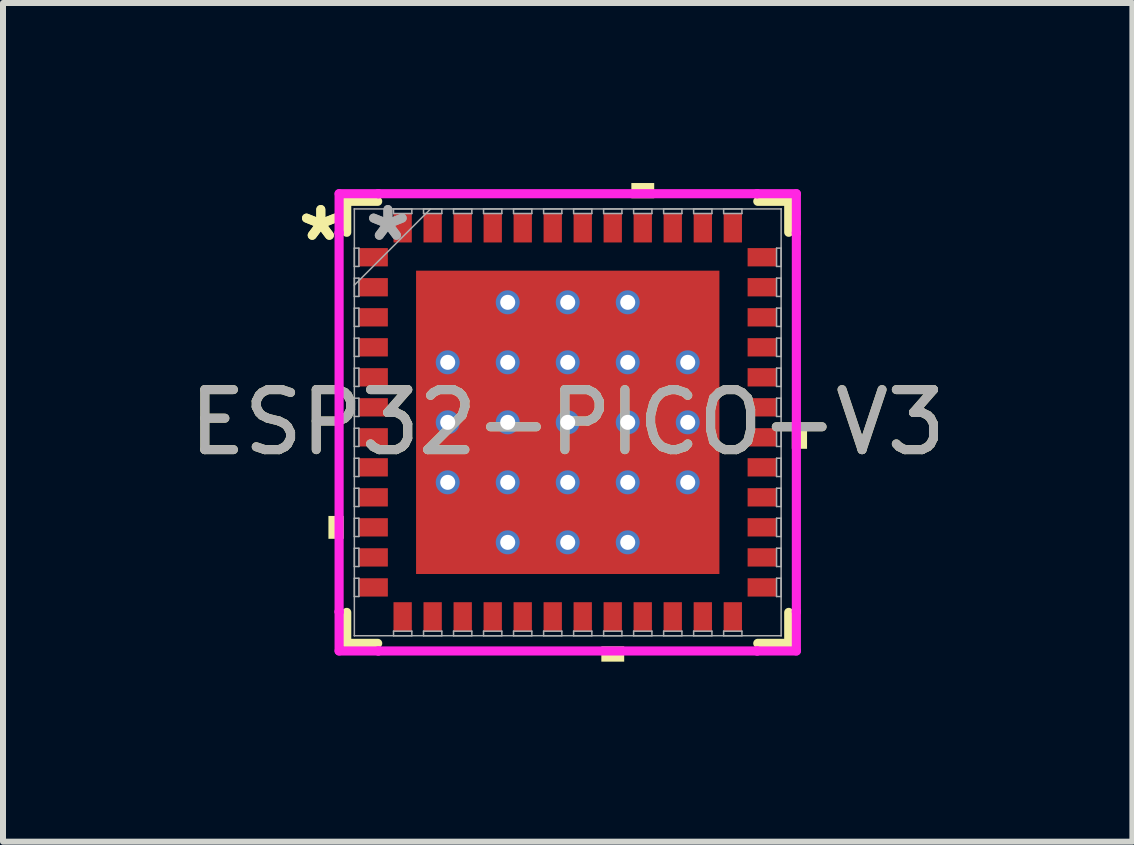
<source format=kicad_pcb>
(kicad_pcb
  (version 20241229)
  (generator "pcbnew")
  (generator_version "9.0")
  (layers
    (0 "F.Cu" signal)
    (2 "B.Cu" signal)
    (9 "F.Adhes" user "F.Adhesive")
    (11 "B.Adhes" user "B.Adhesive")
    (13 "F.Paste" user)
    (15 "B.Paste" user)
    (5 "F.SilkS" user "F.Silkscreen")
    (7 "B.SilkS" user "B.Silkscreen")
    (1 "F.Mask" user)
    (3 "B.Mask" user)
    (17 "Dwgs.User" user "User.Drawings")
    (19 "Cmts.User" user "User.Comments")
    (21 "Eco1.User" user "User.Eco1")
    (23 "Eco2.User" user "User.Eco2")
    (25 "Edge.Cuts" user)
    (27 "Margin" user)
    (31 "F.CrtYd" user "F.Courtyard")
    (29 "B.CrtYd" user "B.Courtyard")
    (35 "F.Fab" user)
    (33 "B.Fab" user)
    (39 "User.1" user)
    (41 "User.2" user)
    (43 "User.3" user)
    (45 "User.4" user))
  (footprint "ESP32-PICO-V3"
    (layer "F.Cu")
    (at 6.411 3.988)
    (property "Reference" "ESP32-PICO-V3" (at 0 0 0) (unlocked yes) (layer "F.SilkS") (effects (font (size 1 1) (thickness 0.15))))
    (attr smd)
    (fp_line (start -3.683 -3.683) (end -3.683 -3.167) (stroke (width 0.152) (type solid)) (layer "F.SilkS"))
    (fp_line (start -3.683 3.167) (end -3.683 3.683) (stroke (width 0.152) (type solid)) (layer "F.SilkS"))
    (fp_line (start -3.683 3.683) (end -3.167 3.683) (stroke (width 0.152) (type solid)) (layer "F.SilkS"))
    (fp_line (start -3.167 -3.683) (end -3.683 -3.683) (stroke (width 0.152) (type solid)) (layer "F.SilkS"))
    (fp_line (start 3.167 3.683) (end 3.683 3.683) (stroke (width 0.152) (type solid)) (layer "F.SilkS"))
    (fp_line (start 3.683 -3.683) (end 3.167 -3.683) (stroke (width 0.152) (type solid)) (layer "F.SilkS"))
    (fp_line (start 3.683 -3.167) (end 3.683 -3.683) (stroke (width 0.152) (type solid)) (layer "F.SilkS"))
    (fp_line (start 3.683 3.683) (end 3.683 3.167) (stroke (width 0.152) (type solid)) (layer "F.SilkS"))
    (fp_poly (pts (xy -3.988 1.56) (xy -3.988 1.941) (xy -3.734 1.941) (xy -3.734 1.56)) (stroke (width 0) (type solid)) (fill yes) (layer "F.SilkS"))
    (fp_poly (pts (xy 0.56 3.734) (xy 0.56 3.988) (xy 0.941 3.988) (xy 0.941 3.734)) (stroke (width 0) (type solid)) (fill yes) (layer "F.SilkS"))
    (fp_poly (pts (xy 1.06 -3.734) (xy 1.06 -3.988) (xy 1.441 -3.988) (xy 1.441 -3.734)) (stroke (width 0) (type solid)) (fill yes) (layer "F.SilkS"))
    (fp_poly (pts (xy 3.988 0.06) (xy 3.988 0.441) (xy 3.734 0.441) (xy 3.734 0.06)) (stroke (width 0) (type solid)) (fill yes) (layer "F.SilkS"))
    (fp_poly (pts (xy -2.427 -2.427) (xy -2.427 -0.942) (xy -0.942 -0.942) (xy -0.942 -2.427)) (stroke (width 0) (type solid)) (fill yes) (layer "F.Paste"))
    (fp_poly (pts (xy -2.427 -0.742) (xy -2.427 0.742) (xy -0.942 0.742) (xy -0.942 -0.742)) (stroke (width 0) (type solid)) (fill yes) (layer "F.Paste"))
    (fp_poly (pts (xy -2.427 0.942) (xy -2.427 2.427) (xy -0.942 2.427) (xy -0.942 0.942)) (stroke (width 0) (type solid)) (fill yes) (layer "F.Paste"))
    (fp_poly (pts (xy -0.742 -2.427) (xy -0.742 -0.942) (xy 0.742 -0.942) (xy 0.742 -2.427)) (stroke (width 0) (type solid)) (fill yes) (layer "F.Paste"))
    (fp_poly (pts (xy -0.742 -0.742) (xy -0.742 0.742) (xy 0.742 0.742) (xy 0.742 -0.742)) (stroke (width 0) (type solid)) (fill yes) (layer "F.Paste"))
    (fp_poly (pts (xy -0.742 0.942) (xy -0.742 2.427) (xy 0.742 2.427) (xy 0.742 0.942)) (stroke (width 0) (type solid)) (fill yes) (layer "F.Paste"))
    (fp_poly (pts (xy 0.942 -2.427) (xy 0.942 -0.942) (xy 2.427 -0.942) (xy 2.427 -2.427)) (stroke (width 0) (type solid)) (fill yes) (layer "F.Paste"))
    (fp_poly (pts (xy 0.942 -0.742) (xy 0.942 0.742) (xy 2.427 0.742) (xy 2.427 -0.742)) (stroke (width 0) (type solid)) (fill yes) (layer "F.Paste"))
    (fp_poly (pts (xy 0.942 0.942) (xy 0.942 2.427) (xy 2.427 2.427) (xy 2.427 0.942)) (stroke (width 0) (type solid)) (fill yes) (layer "F.Paste"))
    (fp_line (start -3.81 -3.81) (end -3.157 -3.81) (stroke (width 0.152) (type solid)) (layer "F.CrtYd"))
    (fp_line (start -3.81 -3.157) (end -3.81 -3.81) (stroke (width 0.152) (type solid)) (layer "F.CrtYd"))
    (fp_line (start -3.81 -3.157) (end -3.81 -3.157) (stroke (width 0.152) (type solid)) (layer "F.CrtYd"))
    (fp_line (start -3.81 3.157) (end -3.81 -3.157) (stroke (width 0.152) (type solid)) (layer "F.CrtYd"))
    (fp_line (start -3.81 3.157) (end -3.81 3.157) (stroke (width 0.152) (type solid)) (layer "F.CrtYd"))
    (fp_line (start -3.81 3.81) (end -3.81 3.157) (stroke (width 0.152) (type solid)) (layer "F.CrtYd"))
    (fp_line (start -3.157 -3.81) (end -3.157 -3.81) (stroke (width 0.152) (type solid)) (layer "F.CrtYd"))
    (fp_line (start -3.157 -3.81) (end 3.157 -3.81) (stroke (width 0.152) (type solid)) (layer "F.CrtYd"))
    (fp_line (start -3.157 3.81) (end -3.81 3.81) (stroke (width 0.152) (type solid)) (layer "F.CrtYd"))
    (fp_line (start -3.157 3.81) (end -3.157 3.81) (stroke (width 0.152) (type solid)) (layer "F.CrtYd"))
    (fp_line (start 3.157 -3.81) (end 3.157 -3.81) (stroke (width 0.152) (type solid)) (layer "F.CrtYd"))
    (fp_line (start 3.157 -3.81) (end 3.81 -3.81) (stroke (width 0.152) (type solid)) (layer "F.CrtYd"))
    (fp_line (start 3.157 3.81) (end -3.157 3.81) (stroke (width 0.152) (type solid)) (layer "F.CrtYd"))
    (fp_line (start 3.157 3.81) (end 3.157 3.81) (stroke (width 0.152) (type solid)) (layer "F.CrtYd"))
    (fp_line (start 3.81 -3.81) (end 3.81 -3.157) (stroke (width 0.152) (type solid)) (layer "F.CrtYd"))
    (fp_line (start 3.81 -3.157) (end 3.81 -3.157) (stroke (width 0.152) (type solid)) (layer "F.CrtYd"))
    (fp_line (start 3.81 -3.157) (end 3.81 3.157) (stroke (width 0.152) (type solid)) (layer "F.CrtYd"))
    (fp_line (start 3.81 3.157) (end 3.81 3.157) (stroke (width 0.152) (type solid)) (layer "F.CrtYd"))
    (fp_line (start 3.81 3.157) (end 3.81 3.81) (stroke (width 0.152) (type solid)) (layer "F.CrtYd"))
    (fp_line (start 3.81 3.81) (end 3.157 3.81) (stroke (width 0.152) (type solid)) (layer "F.CrtYd"))
    (fp_line (start -3.556 -3.556) (end -3.556 -3.556) (stroke (width 0.025) (type solid)) (layer "F.Fab"))
    (fp_line (start -3.556 -3.556) (end -3.556 3.556) (stroke (width 0.025) (type solid)) (layer "F.Fab"))
    (fp_line (start -3.556 -2.903) (end -3.48 -2.903) (stroke (width 0.025) (type solid)) (layer "F.Fab"))
    (fp_line (start -3.556 -2.598) (end -3.556 -2.903) (stroke (width 0.025) (type solid)) (layer "F.Fab"))
    (fp_line (start -3.556 -2.403) (end -3.48 -2.403) (stroke (width 0.025) (type solid)) (layer "F.Fab"))
    (fp_line (start -3.556 -2.286) (end -2.286 -3.556) (stroke (width 0.025) (type solid)) (layer "F.Fab"))
    (fp_line (start -3.556 -2.098) (end -3.556 -2.403) (stroke (width 0.025) (type solid)) (layer "F.Fab"))
    (fp_line (start -3.556 -1.903) (end -3.48 -1.903) (stroke (width 0.025) (type solid)) (layer "F.Fab"))
    (fp_line (start -3.556 -1.598) (end -3.556 -1.903) (stroke (width 0.025) (type solid)) (layer "F.Fab"))
    (fp_line (start -3.556 -1.403) (end -3.48 -1.403) (stroke (width 0.025) (type solid)) (layer "F.Fab"))
    (fp_line (start -3.556 -1.098) (end -3.556 -1.403) (stroke (width 0.025) (type solid)) (layer "F.Fab"))
    (fp_line (start -3.556 -0.903) (end -3.48 -0.903) (stroke (width 0.025) (type solid)) (layer "F.Fab"))
    (fp_line (start -3.556 -0.598) (end -3.556 -0.903) (stroke (width 0.025) (type solid)) (layer "F.Fab"))
    (fp_line (start -3.556 -0.402) (end -3.48 -0.402) (stroke (width 0.025) (type solid)) (layer "F.Fab"))
    (fp_line (start -3.556 -0.098) (end -3.556 -0.402) (stroke (width 0.025) (type solid)) (layer "F.Fab"))
    (fp_line (start -3.556 0.098) (end -3.48 0.098) (stroke (width 0.025) (type solid)) (layer "F.Fab"))
    (fp_line (start -3.556 0.402) (end -3.556 0.098) (stroke (width 0.025) (type solid)) (layer "F.Fab"))
    (fp_line (start -3.556 0.598) (end -3.48 0.598) (stroke (width 0.025) (type solid)) (layer "F.Fab"))
    (fp_line (start -3.556 0.903) (end -3.556 0.598) (stroke (width 0.025) (type solid)) (layer "F.Fab"))
    (fp_line (start -3.556 1.098) (end -3.48 1.098) (stroke (width 0.025) (type solid)) (layer "F.Fab"))
    (fp_line (start -3.556 1.403) (end -3.556 1.098) (stroke (width 0.025) (type solid)) (layer "F.Fab"))
    (fp_line (start -3.556 1.598) (end -3.48 1.598) (stroke (width 0.025) (type solid)) (layer "F.Fab"))
    (fp_line (start -3.556 1.903) (end -3.556 1.598) (stroke (width 0.025) (type solid)) (layer "F.Fab"))
    (fp_line (start -3.556 2.098) (end -3.48 2.098) (stroke (width 0.025) (type solid)) (layer "F.Fab"))
    (fp_line (start -3.556 2.403) (end -3.556 2.098) (stroke (width 0.025) (type solid)) (layer "F.Fab"))
    (fp_line (start -3.556 2.598) (end -3.48 2.598) (stroke (width 0.025) (type solid)) (layer "F.Fab"))
    (fp_line (start -3.556 2.903) (end -3.556 2.598) (stroke (width 0.025) (type solid)) (layer "F.Fab"))
    (fp_line (start -3.556 3.556) (end -3.556 3.556) (stroke (width 0.025) (type solid)) (layer "F.Fab"))
    (fp_line (start -3.556 3.556) (end 3.556 3.556) (stroke (width 0.025) (type solid)) (layer "F.Fab"))
    (fp_line (start -3.48 -2.903) (end -3.48 -2.598) (stroke (width 0.025) (type solid)) (layer "F.Fab"))
    (fp_line (start -3.48 -2.598) (end -3.556 -2.598) (stroke (width 0.025) (type solid)) (layer "F.Fab"))
    (fp_line (start -3.48 -2.403) (end -3.48 -2.098) (stroke (width 0.025) (type solid)) (layer "F.Fab"))
    (fp_line (start -3.48 -2.098) (end -3.556 -2.098) (stroke (width 0.025) (type solid)) (layer "F.Fab"))
    (fp_line (start -3.48 -1.903) (end -3.48 -1.598) (stroke (width 0.025) (type solid)) (layer "F.Fab"))
    (fp_line (start -3.48 -1.598) (end -3.556 -1.598) (stroke (width 0.025) (type solid)) (layer "F.Fab"))
    (fp_line (start -3.48 -1.403) (end -3.48 -1.098) (stroke (width 0.025) (type solid)) (layer "F.Fab"))
    (fp_line (start -3.48 -1.098) (end -3.556 -1.098) (stroke (width 0.025) (type solid)) (layer "F.Fab"))
    (fp_line (start -3.48 -0.903) (end -3.48 -0.598) (stroke (width 0.025) (type solid)) (layer "F.Fab"))
    (fp_line (start -3.48 -0.598) (end -3.556 -0.598) (stroke (width 0.025) (type solid)) (layer "F.Fab"))
    (fp_line (start -3.48 -0.402) (end -3.48 -0.098) (stroke (width 0.025) (type solid)) (layer "F.Fab"))
    (fp_line (start -3.48 -0.098) (end -3.556 -0.098) (stroke (width 0.025) (type solid)) (layer "F.Fab"))
    (fp_line (start -3.48 0.098) (end -3.48 0.402) (stroke (width 0.025) (type solid)) (layer "F.Fab"))
    (fp_line (start -3.48 0.402) (end -3.556 0.402) (stroke (width 0.025) (type solid)) (layer "F.Fab"))
    (fp_line (start -3.48 0.598) (end -3.48 0.903) (stroke (width 0.025) (type solid)) (layer "F.Fab"))
    (fp_line (start -3.48 0.903) (end -3.556 0.903) (stroke (width 0.025) (type solid)) (layer "F.Fab"))
    (fp_line (start -3.48 1.098) (end -3.48 1.403) (stroke (width 0.025) (type solid)) (layer "F.Fab"))
    (fp_line (start -3.48 1.403) (end -3.556 1.403) (stroke (width 0.025) (type solid)) (layer "F.Fab"))
    (fp_line (start -3.48 1.598) (end -3.48 1.903) (stroke (width 0.025) (type solid)) (layer "F.Fab"))
    (fp_line (start -3.48 1.903) (end -3.556 1.903) (stroke (width 0.025) (type solid)) (layer "F.Fab"))
    (fp_line (start -3.48 2.098) (end -3.48 2.403) (stroke (width 0.025) (type solid)) (layer "F.Fab"))
    (fp_line (start -3.48 2.403) (end -3.556 2.403) (stroke (width 0.025) (type solid)) (layer "F.Fab"))
    (fp_line (start -3.48 2.598) (end -3.48 2.903) (stroke (width 0.025) (type solid)) (layer "F.Fab"))
    (fp_line (start -3.48 2.903) (end -3.556 2.903) (stroke (width 0.025) (type solid)) (layer "F.Fab"))
    (fp_line (start -2.903 -3.556) (end -2.598 -3.556) (stroke (width 0.025) (type solid)) (layer "F.Fab"))
    (fp_line (start -2.903 -3.48) (end -2.903 -3.556) (stroke (width 0.025) (type solid)) (layer "F.Fab"))
    (fp_line (start -2.903 3.48) (end -2.598 3.48) (stroke (width 0.025) (type solid)) (layer "F.Fab"))
    (fp_line (start -2.903 3.556) (end -2.903 3.48) (stroke (width 0.025) (type solid)) (layer "F.Fab"))
    (fp_line (start -2.598 -3.556) (end -2.598 -3.48) (stroke (width 0.025) (type solid)) (layer "F.Fab"))
    (fp_line (start -2.598 -3.48) (end -2.903 -3.48) (stroke (width 0.025) (type solid)) (layer "F.Fab"))
    (fp_line (start -2.598 3.48) (end -2.598 3.556) (stroke (width 0.025) (type solid)) (layer "F.Fab"))
    (fp_line (start -2.598 3.556) (end -2.903 3.556) (stroke (width 0.025) (type solid)) (layer "F.Fab"))
    (fp_line (start -2.403 -3.556) (end -2.098 -3.556) (stroke (width 0.025) (type solid)) (layer "F.Fab"))
    (fp_line (start -2.403 -3.48) (end -2.403 -3.556) (stroke (width 0.025) (type solid)) (layer "F.Fab"))
    (fp_line (start -2.403 3.48) (end -2.098 3.48) (stroke (width 0.025) (type solid)) (layer "F.Fab"))
    (fp_line (start -2.403 3.556) (end -2.403 3.48) (stroke (width 0.025) (type solid)) (layer "F.Fab"))
    (fp_line (start -2.098 -3.556) (end -2.098 -3.48) (stroke (width 0.025) (type solid)) (layer "F.Fab"))
    (fp_line (start -2.098 -3.48) (end -2.403 -3.48) (stroke (width 0.025) (type solid)) (layer "F.Fab"))
    (fp_line (start -2.098 3.48) (end -2.098 3.556) (stroke (width 0.025) (type solid)) (layer "F.Fab"))
    (fp_line (start -2.098 3.556) (end -2.403 3.556) (stroke (width 0.025) (type solid)) (layer "F.Fab"))
    (fp_line (start -1.903 -3.556) (end -1.598 -3.556) (stroke (width 0.025) (type solid)) (layer "F.Fab"))
    (fp_line (start -1.903 -3.48) (end -1.903 -3.556) (stroke (width 0.025) (type solid)) (layer "F.Fab"))
    (fp_line (start -1.903 3.48) (end -1.598 3.48) (stroke (width 0.025) (type solid)) (layer "F.Fab"))
    (fp_line (start -1.903 3.556) (end -1.903 3.48) (stroke (width 0.025) (type solid)) (layer "F.Fab"))
    (fp_line (start -1.598 -3.556) (end -1.598 -3.48) (stroke (width 0.025) (type solid)) (layer "F.Fab"))
    (fp_line (start -1.598 -3.48) (end -1.903 -3.48) (stroke (width 0.025) (type solid)) (layer "F.Fab"))
    (fp_line (start -1.598 3.48) (end -1.598 3.556) (stroke (width 0.025) (type solid)) (layer "F.Fab"))
    (fp_line (start -1.598 3.556) (end -1.903 3.556) (stroke (width 0.025) (type solid)) (layer "F.Fab"))
    (fp_line (start -1.403 -3.556) (end -1.098 -3.556) (stroke (width 0.025) (type solid)) (layer "F.Fab"))
    (fp_line (start -1.403 -3.48) (end -1.403 -3.556) (stroke (width 0.025) (type solid)) (layer "F.Fab"))
    (fp_line (start -1.403 3.48) (end -1.098 3.48) (stroke (width 0.025) (type solid)) (layer "F.Fab"))
    (fp_line (start -1.403 3.556) (end -1.403 3.48) (stroke (width 0.025) (type solid)) (layer "F.Fab"))
    (fp_line (start -1.098 -3.556) (end -1.098 -3.48) (stroke (width 0.025) (type solid)) (layer "F.Fab"))
    (fp_line (start -1.098 -3.48) (end -1.403 -3.48) (stroke (width 0.025) (type solid)) (layer "F.Fab"))
    (fp_line (start -1.098 3.48) (end -1.098 3.556) (stroke (width 0.025) (type solid)) (layer "F.Fab"))
    (fp_line (start -1.098 3.556) (end -1.403 3.556) (stroke (width 0.025) (type solid)) (layer "F.Fab"))
    (fp_line (start -0.903 -3.556) (end -0.598 -3.556) (stroke (width 0.025) (type solid)) (layer "F.Fab"))
    (fp_line (start -0.903 -3.48) (end -0.903 -3.556) (stroke (width 0.025) (type solid)) (layer "F.Fab"))
    (fp_line (start -0.903 3.48) (end -0.598 3.48) (stroke (width 0.025) (type solid)) (layer "F.Fab"))
    (fp_line (start -0.903 3.556) (end -0.903 3.48) (stroke (width 0.025) (type solid)) (layer "F.Fab"))
    (fp_line (start -0.598 -3.556) (end -0.598 -3.48) (stroke (width 0.025) (type solid)) (layer "F.Fab"))
    (fp_line (start -0.598 -3.48) (end -0.903 -3.48) (stroke (width 0.025) (type solid)) (layer "F.Fab"))
    (fp_line (start -0.598 3.48) (end -0.598 3.556) (stroke (width 0.025) (type solid)) (layer "F.Fab"))
    (fp_line (start -0.598 3.556) (end -0.903 3.556) (stroke (width 0.025) (type solid)) (layer "F.Fab"))
    (fp_line (start -0.402 -3.556) (end -0.098 -3.556) (stroke (width 0.025) (type solid)) (layer "F.Fab"))
    (fp_line (start -0.402 -3.48) (end -0.402 -3.556) (stroke (width 0.025) (type solid)) (layer "F.Fab"))
    (fp_line (start -0.402 3.48) (end -0.098 3.48) (stroke (width 0.025) (type solid)) (layer "F.Fab"))
    (fp_line (start -0.402 3.556) (end -0.402 3.48) (stroke (width 0.025) (type solid)) (layer "F.Fab"))
    (fp_line (start -0.098 -3.556) (end -0.098 -3.48) (stroke (width 0.025) (type solid)) (layer "F.Fab"))
    (fp_line (start -0.098 -3.48) (end -0.402 -3.48) (stroke (width 0.025) (type solid)) (layer "F.Fab"))
    (fp_line (start -0.098 3.48) (end -0.098 3.556) (stroke (width 0.025) (type solid)) (layer "F.Fab"))
    (fp_line (start -0.098 3.556) (end -0.402 3.556) (stroke (width 0.025) (type solid)) (layer "F.Fab"))
    (fp_line (start 0.098 -3.556) (end 0.402 -3.556) (stroke (width 0.025) (type solid)) (layer "F.Fab"))
    (fp_line (start 0.098 -3.48) (end 0.098 -3.556) (stroke (width 0.025) (type solid)) (layer "F.Fab"))
    (fp_line (start 0.098 3.48) (end 0.402 3.48) (stroke (width 0.025) (type solid)) (layer "F.Fab"))
    (fp_line (start 0.098 3.556) (end 0.098 3.48) (stroke (width 0.025) (type solid)) (layer "F.Fab"))
    (fp_line (start 0.402 -3.556) (end 0.402 -3.48) (stroke (width 0.025) (type solid)) (layer "F.Fab"))
    (fp_line (start 0.402 -3.48) (end 0.098 -3.48) (stroke (width 0.025) (type solid)) (layer "F.Fab"))
    (fp_line (start 0.402 3.48) (end 0.402 3.556) (stroke (width 0.025) (type solid)) (layer "F.Fab"))
    (fp_line (start 0.402 3.556) (end 0.098 3.556) (stroke (width 0.025) (type solid)) (layer "F.Fab"))
    (fp_line (start 0.598 -3.556) (end 0.903 -3.556) (stroke (width 0.025) (type solid)) (layer "F.Fab"))
    (fp_line (start 0.598 -3.48) (end 0.598 -3.556) (stroke (width 0.025) (type solid)) (layer "F.Fab"))
    (fp_line (start 0.598 3.48) (end 0.903 3.48) (stroke (width 0.025) (type solid)) (layer "F.Fab"))
    (fp_line (start 0.598 3.556) (end 0.598 3.48) (stroke (width 0.025) (type solid)) (layer "F.Fab"))
    (fp_line (start 0.903 -3.556) (end 0.903 -3.48) (stroke (width 0.025) (type solid)) (layer "F.Fab"))
    (fp_line (start 0.903 -3.48) (end 0.598 -3.48) (stroke (width 0.025) (type solid)) (layer "F.Fab"))
    (fp_line (start 0.903 3.48) (end 0.903 3.556) (stroke (width 0.025) (type solid)) (layer "F.Fab"))
    (fp_line (start 0.903 3.556) (end 0.598 3.556) (stroke (width 0.025) (type solid)) (layer "F.Fab"))
    (fp_line (start 1.098 -3.556) (end 1.403 -3.556) (stroke (width 0.025) (type solid)) (layer "F.Fab"))
    (fp_line (start 1.098 -3.48) (end 1.098 -3.556) (stroke (width 0.025) (type solid)) (layer "F.Fab"))
    (fp_line (start 1.098 3.48) (end 1.403 3.48) (stroke (width 0.025) (type solid)) (layer "F.Fab"))
    (fp_line (start 1.098 3.556) (end 1.098 3.48) (stroke (width 0.025) (type solid)) (layer "F.Fab"))
    (fp_line (start 1.403 -3.556) (end 1.403 -3.48) (stroke (width 0.025) (type solid)) (layer "F.Fab"))
    (fp_line (start 1.403 -3.48) (end 1.098 -3.48) (stroke (width 0.025) (type solid)) (layer "F.Fab"))
    (fp_line (start 1.403 3.48) (end 1.403 3.556) (stroke (width 0.025) (type solid)) (layer "F.Fab"))
    (fp_line (start 1.403 3.556) (end 1.098 3.556) (stroke (width 0.025) (type solid)) (layer "F.Fab"))
    (fp_line (start 1.598 -3.556) (end 1.903 -3.556) (stroke (width 0.025) (type solid)) (layer "F.Fab"))
    (fp_line (start 1.598 -3.48) (end 1.598 -3.556) (stroke (width 0.025) (type solid)) (layer "F.Fab"))
    (fp_line (start 1.598 3.48) (end 1.903 3.48) (stroke (width 0.025) (type solid)) (layer "F.Fab"))
    (fp_line (start 1.598 3.556) (end 1.598 3.48) (stroke (width 0.025) (type solid)) (layer "F.Fab"))
    (fp_line (start 1.903 -3.556) (end 1.903 -3.48) (stroke (width 0.025) (type solid)) (layer "F.Fab"))
    (fp_line (start 1.903 -3.48) (end 1.598 -3.48) (stroke (width 0.025) (type solid)) (layer "F.Fab"))
    (fp_line (start 1.903 3.48) (end 1.903 3.556) (stroke (width 0.025) (type solid)) (layer "F.Fab"))
    (fp_line (start 1.903 3.556) (end 1.598 3.556) (stroke (width 0.025) (type solid)) (layer "F.Fab"))
    (fp_line (start 2.098 -3.556) (end 2.403 -3.556) (stroke (width 0.025) (type solid)) (layer "F.Fab"))
    (fp_line (start 2.098 -3.48) (end 2.098 -3.556) (stroke (width 0.025) (type solid)) (layer "F.Fab"))
    (fp_line (start 2.098 3.48) (end 2.403 3.48) (stroke (width 0.025) (type solid)) (layer "F.Fab"))
    (fp_line (start 2.098 3.556) (end 2.098 3.48) (stroke (width 0.025) (type solid)) (layer "F.Fab"))
    (fp_line (start 2.403 -3.556) (end 2.403 -3.48) (stroke (width 0.025) (type solid)) (layer "F.Fab"))
    (fp_line (start 2.403 -3.48) (end 2.098 -3.48) (stroke (width 0.025) (type solid)) (layer "F.Fab"))
    (fp_line (start 2.403 3.48) (end 2.403 3.556) (stroke (width 0.025) (type solid)) (layer "F.Fab"))
    (fp_line (start 2.403 3.556) (end 2.098 3.556) (stroke (width 0.025) (type solid)) (layer "F.Fab"))
    (fp_line (start 2.598 -3.556) (end 2.903 -3.556) (stroke (width 0.025) (type solid)) (layer "F.Fab"))
    (fp_line (start 2.598 -3.48) (end 2.598 -3.556) (stroke (width 0.025) (type solid)) (layer "F.Fab"))
    (fp_line (start 2.598 3.48) (end 2.903 3.48) (stroke (width 0.025) (type solid)) (layer "F.Fab"))
    (fp_line (start 2.598 3.556) (end 2.598 3.48) (stroke (width 0.025) (type solid)) (layer "F.Fab"))
    (fp_line (start 2.903 -3.556) (end 2.903 -3.48) (stroke (width 0.025) (type solid)) (layer "F.Fab"))
    (fp_line (start 2.903 -3.48) (end 2.598 -3.48) (stroke (width 0.025) (type solid)) (layer "F.Fab"))
    (fp_line (start 2.903 3.48) (end 2.903 3.556) (stroke (width 0.025) (type solid)) (layer "F.Fab"))
    (fp_line (start 2.903 3.556) (end 2.598 3.556) (stroke (width 0.025) (type solid)) (layer "F.Fab"))
    (fp_line (start 3.48 -2.903) (end 3.556 -2.903) (stroke (width 0.025) (type solid)) (layer "F.Fab"))
    (fp_line (start 3.48 -2.598) (end 3.48 -2.903) (stroke (width 0.025) (type solid)) (layer "F.Fab"))
    (fp_line (start 3.48 -2.403) (end 3.556 -2.403) (stroke (width 0.025) (type solid)) (layer "F.Fab"))
    (fp_line (start 3.48 -2.098) (end 3.48 -2.403) (stroke (width 0.025) (type solid)) (layer "F.Fab"))
    (fp_line (start 3.48 -1.903) (end 3.556 -1.903) (stroke (width 0.025) (type solid)) (layer "F.Fab"))
    (fp_line (start 3.48 -1.598) (end 3.48 -1.903) (stroke (width 0.025) (type solid)) (layer "F.Fab"))
    (fp_line (start 3.48 -1.403) (end 3.556 -1.403) (stroke (width 0.025) (type solid)) (layer "F.Fab"))
    (fp_line (start 3.48 -1.098) (end 3.48 -1.403) (stroke (width 0.025) (type solid)) (layer "F.Fab"))
    (fp_line (start 3.48 -0.903) (end 3.556 -0.903) (stroke (width 0.025) (type solid)) (layer "F.Fab"))
    (fp_line (start 3.48 -0.598) (end 3.48 -0.903) (stroke (width 0.025) (type solid)) (layer "F.Fab"))
    (fp_line (start 3.48 -0.402) (end 3.556 -0.402) (stroke (width 0.025) (type solid)) (layer "F.Fab"))
    (fp_line (start 3.48 -0.098) (end 3.48 -0.402) (stroke (width 0.025) (type solid)) (layer "F.Fab"))
    (fp_line (start 3.48 0.098) (end 3.556 0.098) (stroke (width 0.025) (type solid)) (layer "F.Fab"))
    (fp_line (start 3.48 0.402) (end 3.48 0.098) (stroke (width 0.025) (type solid)) (layer "F.Fab"))
    (fp_line (start 3.48 0.598) (end 3.556 0.598) (stroke (width 0.025) (type solid)) (layer "F.Fab"))
    (fp_line (start 3.48 0.903) (end 3.48 0.598) (stroke (width 0.025) (type solid)) (layer "F.Fab"))
    (fp_line (start 3.48 1.098) (end 3.556 1.098) (stroke (width 0.025) (type solid)) (layer "F.Fab"))
    (fp_line (start 3.48 1.403) (end 3.48 1.098) (stroke (width 0.025) (type solid)) (layer "F.Fab"))
    (fp_line (start 3.48 1.598) (end 3.556 1.598) (stroke (width 0.025) (type solid)) (layer "F.Fab"))
    (fp_line (start 3.48 1.903) (end 3.48 1.598) (stroke (width 0.025) (type solid)) (layer "F.Fab"))
    (fp_line (start 3.48 2.098) (end 3.556 2.098) (stroke (width 0.025) (type solid)) (layer "F.Fab"))
    (fp_line (start 3.48 2.403) (end 3.48 2.098) (stroke (width 0.025) (type solid)) (layer "F.Fab"))
    (fp_line (start 3.48 2.598) (end 3.556 2.598) (stroke (width 0.025) (type solid)) (layer "F.Fab"))
    (fp_line (start 3.48 2.903) (end 3.48 2.598) (stroke (width 0.025) (type solid)) (layer "F.Fab"))
    (fp_line (start 3.556 -3.556) (end -3.556 -3.556) (stroke (width 0.025) (type solid)) (layer "F.Fab"))
    (fp_line (start 3.556 -3.556) (end 3.556 -3.556) (stroke (width 0.025) (type solid)) (layer "F.Fab"))
    (fp_line (start 3.556 -2.903) (end 3.556 -2.598) (stroke (width 0.025) (type solid)) (layer "F.Fab"))
    (fp_line (start 3.556 -2.598) (end 3.48 -2.598) (stroke (width 0.025) (type solid)) (layer "F.Fab"))
    (fp_line (start 3.556 -2.403) (end 3.556 -2.098) (stroke (width 0.025) (type solid)) (layer "F.Fab"))
    (fp_line (start 3.556 -2.098) (end 3.48 -2.098) (stroke (width 0.025) (type solid)) (layer "F.Fab"))
    (fp_line (start 3.556 -1.903) (end 3.556 -1.598) (stroke (width 0.025) (type solid)) (layer "F.Fab"))
    (fp_line (start 3.556 -1.598) (end 3.48 -1.598) (stroke (width 0.025) (type solid)) (layer "F.Fab"))
    (fp_line (start 3.556 -1.403) (end 3.556 -1.098) (stroke (width 0.025) (type solid)) (layer "F.Fab"))
    (fp_line (start 3.556 -1.098) (end 3.48 -1.098) (stroke (width 0.025) (type solid)) (layer "F.Fab"))
    (fp_line (start 3.556 -0.903) (end 3.556 -0.598) (stroke (width 0.025) (type solid)) (layer "F.Fab"))
    (fp_line (start 3.556 -0.598) (end 3.48 -0.598) (stroke (width 0.025) (type solid)) (layer "F.Fab"))
    (fp_line (start 3.556 -0.402) (end 3.556 -0.098) (stroke (width 0.025) (type solid)) (layer "F.Fab"))
    (fp_line (start 3.556 -0.098) (end 3.48 -0.098) (stroke (width 0.025) (type solid)) (layer "F.Fab"))
    (fp_line (start 3.556 0.098) (end 3.556 0.402) (stroke (width 0.025) (type solid)) (layer "F.Fab"))
    (fp_line (start 3.556 0.402) (end 3.48 0.402) (stroke (width 0.025) (type solid)) (layer "F.Fab"))
    (fp_line (start 3.556 0.598) (end 3.556 0.903) (stroke (width 0.025) (type solid)) (layer "F.Fab"))
    (fp_line (start 3.556 0.903) (end 3.48 0.903) (stroke (width 0.025) (type solid)) (layer "F.Fab"))
    (fp_line (start 3.556 1.098) (end 3.556 1.403) (stroke (width 0.025) (type solid)) (layer "F.Fab"))
    (fp_line (start 3.556 1.403) (end 3.48 1.403) (stroke (width 0.025) (type solid)) (layer "F.Fab"))
    (fp_line (start 3.556 1.598) (end 3.556 1.903) (stroke (width 0.025) (type solid)) (layer "F.Fab"))
    (fp_line (start 3.556 1.903) (end 3.48 1.903) (stroke (width 0.025) (type solid)) (layer "F.Fab"))
    (fp_line (start 3.556 2.098) (end 3.556 2.403) (stroke (width 0.025) (type solid)) (layer "F.Fab"))
    (fp_line (start 3.556 2.403) (end 3.48 2.403) (stroke (width 0.025) (type solid)) (layer "F.Fab"))
    (fp_line (start 3.556 2.598) (end 3.556 2.903) (stroke (width 0.025) (type solid)) (layer "F.Fab"))
    (fp_line (start 3.556 2.903) (end 3.48 2.903) (stroke (width 0.025) (type solid)) (layer "F.Fab"))
    (fp_line (start 3.556 3.556) (end 3.556 -3.556) (stroke (width 0.025) (type solid)) (layer "F.Fab"))
    (fp_line (start 3.556 3.556) (end 3.556 3.556) (stroke (width 0.025) (type solid)) (layer "F.Fab"))
    (fp_text user "*" (at -4.115 -3.001 0) (unlocked yes) (layer "F.SilkS") (effects (font (size 1 1) (thickness 0.15))))
    (fp_text user "*" (at -4.115 -3.001 0) (layer "F.SilkS") (effects (font (size 1 1) (thickness 0.15))))
    (fp_text user "*" (at -2.997 -3.001 0) (layer "F.Fab") (effects (font (size 1 1) (thickness 0.15))))
    (fp_text user "*" (at -2.997 -3.001 0) (unlocked yes) (layer "F.Fab") (effects (font (size 1 1) (thickness 0.15))))
    (fp_text user "${REFERENCE}" (at 0 0 0) (unlocked yes) (layer "F.Fab") (effects (font (size 1 1) (thickness 0.15))))
    (pad "1" smd rect (at -3.239 -2.751 90) (size 0.305 0.483) (layers "F.Cu" "F.Mask" "F.Paste"))
    (pad "2" smd rect (at -3.239 -2.251 90) (size 0.305 0.483) (layers "F.Cu" "F.Mask" "F.Paste"))
    (pad "3" smd rect (at -3.239 -1.75 90) (size 0.305 0.483) (layers "F.Cu" "F.Mask" "F.Paste"))
    (pad "4" smd rect (at -3.239 -1.25 90) (size 0.305 0.483) (layers "F.Cu" "F.Mask" "F.Paste"))
    (pad "5" smd rect (at -3.239 -0.75 90) (size 0.305 0.483) (layers "F.Cu" "F.Mask" "F.Paste"))
    (pad "6" smd rect (at -3.239 -0.25 90) (size 0.305 0.483) (layers "F.Cu" "F.Mask" "F.Paste"))
    (pad "7" smd rect (at -3.239 0.25 90) (size 0.305 0.483) (layers "F.Cu" "F.Mask" "F.Paste"))
    (pad "8" smd rect (at -3.239 0.75 90) (size 0.305 0.483) (layers "F.Cu" "F.Mask" "F.Paste"))
    (pad "9" smd rect (at -3.239 1.25 90) (size 0.305 0.483) (layers "F.Cu" "F.Mask" "F.Paste"))
    (pad "10" smd rect (at -3.239 1.75 90) (size 0.305 0.483) (layers "F.Cu" "F.Mask" "F.Paste"))
    (pad "11" smd rect (at -3.239 2.251 90) (size 0.305 0.483) (layers "F.Cu" "F.Mask" "F.Paste"))
    (pad "12" smd rect (at -3.239 2.751 90) (size 0.305 0.483) (layers "F.Cu" "F.Mask" "F.Paste"))
    (pad "13" smd rect (at -2.751 3.239) (size 0.305 0.483) (layers "F.Cu" "F.Mask" "F.Paste"))
    (pad "14" smd rect (at -2.251 3.239) (size 0.305 0.483) (layers "F.Cu" "F.Mask" "F.Paste"))
    (pad "15" smd rect (at -1.75 3.239) (size 0.305 0.483) (layers "F.Cu" "F.Mask" "F.Paste"))
    (pad "16" smd rect (at -1.25 3.239) (size 0.305 0.483) (layers "F.Cu" "F.Mask" "F.Paste"))
    (pad "17" smd rect (at -0.75 3.239) (size 0.305 0.483) (layers "F.Cu" "F.Mask" "F.Paste"))
    (pad "18" smd rect (at -0.25 3.239) (size 0.305 0.483) (layers "F.Cu" "F.Mask" "F.Paste"))
    (pad "19" smd rect (at 0.25 3.239) (size 0.305 0.483) (layers "F.Cu" "F.Mask" "F.Paste"))
    (pad "20" smd rect (at 0.75 3.239) (size 0.305 0.483) (layers "F.Cu" "F.Mask" "F.Paste"))
    (pad "21" smd rect (at 1.25 3.239) (size 0.305 0.483) (layers "F.Cu" "F.Mask" "F.Paste"))
    (pad "22" smd rect (at 1.75 3.239) (size 0.305 0.483) (layers "F.Cu" "F.Mask" "F.Paste"))
    (pad "23" smd rect (at 2.251 3.239) (size 0.305 0.483) (layers "F.Cu" "F.Mask" "F.Paste"))
    (pad "24" smd rect (at 2.751 3.239) (size 0.305 0.483) (layers "F.Cu" "F.Mask" "F.Paste"))
    (pad "25" smd rect (at 3.239 2.751 90) (size 0.305 0.483) (layers "F.Cu" "F.Mask" "F.Paste"))
    (pad "26" smd rect (at 3.239 2.251 90) (size 0.305 0.483) (layers "F.Cu" "F.Mask" "F.Paste"))
    (pad "27" smd rect (at 3.239 1.75 90) (size 0.305 0.483) (layers "F.Cu" "F.Mask" "F.Paste"))
    (pad "28" smd rect (at 3.239 1.25 90) (size 0.305 0.483) (layers "F.Cu" "F.Mask" "F.Paste"))
    (pad "29" smd rect (at 3.239 0.75 90) (size 0.305 0.483) (layers "F.Cu" "F.Mask" "F.Paste"))
    (pad "30" smd rect (at 3.239 0.25 90) (size 0.305 0.483) (layers "F.Cu" "F.Mask" "F.Paste"))
    (pad "31" smd rect (at 3.239 -0.25 90) (size 0.305 0.483) (layers "F.Cu" "F.Mask" "F.Paste"))
    (pad "32" smd rect (at 3.239 -0.75 90) (size 0.305 0.483) (layers "F.Cu" "F.Mask" "F.Paste"))
    (pad "33" smd rect (at 3.239 -1.25 90) (size 0.305 0.483) (layers "F.Cu" "F.Mask" "F.Paste"))
    (pad "34" smd rect (at 3.239 -1.75 90) (size 0.305 0.483) (layers "F.Cu" "F.Mask" "F.Paste"))
    (pad "35" smd rect (at 3.239 -2.251 90) (size 0.305 0.483) (layers "F.Cu" "F.Mask" "F.Paste"))
    (pad "36" smd rect (at 3.239 -2.751 90) (size 0.305 0.483) (layers "F.Cu" "F.Mask" "F.Paste"))
    (pad "37" smd rect (at 2.751 -3.239) (size 0.305 0.483) (layers "F.Cu" "F.Mask" "F.Paste"))
    (pad "38" smd rect (at 2.251 -3.239) (size 0.305 0.483) (layers "F.Cu" "F.Mask" "F.Paste"))
    (pad "39" smd rect (at 1.75 -3.239) (size 0.305 0.483) (layers "F.Cu" "F.Mask" "F.Paste"))
    (pad "40" smd rect (at 1.25 -3.239) (size 0.305 0.483) (layers "F.Cu" "F.Mask" "F.Paste"))
    (pad "41" smd rect (at 0.75 -3.239) (size 0.305 0.483) (layers "F.Cu" "F.Mask" "F.Paste"))
    (pad "42" smd rect (at 0.25 -3.239) (size 0.305 0.483) (layers "F.Cu" "F.Mask" "F.Paste"))
    (pad "43" smd rect (at -0.25 -3.239) (size 0.305 0.483) (layers "F.Cu" "F.Mask" "F.Paste"))
    (pad "44" smd rect (at -0.75 -3.239) (size 0.305 0.483) (layers "F.Cu" "F.Mask" "F.Paste"))
    (pad "45" smd rect (at -1.25 -3.239) (size 0.305 0.483) (layers "F.Cu" "F.Mask" "F.Paste"))
    (pad "46" smd rect (at -1.75 -3.239) (size 0.305 0.483) (layers "F.Cu" "F.Mask" "F.Paste"))
    (pad "47" smd rect (at -2.251 -3.239) (size 0.305 0.483) (layers "F.Cu" "F.Mask" "F.Paste"))
    (pad "48" smd rect (at -2.751 -3.239) (size 0.305 0.483) (layers "F.Cu" "F.Mask" "F.Paste"))
    (pad "49" thru_hole circle (at -2 -1) (size 0.4 0.4) (drill 0.25) (layers "*.Cu" "*.Mask"))
    (pad "49" thru_hole circle (at -2 0) (size 0.4 0.4) (drill 0.25) (layers "*.Cu" "*.Mask"))
    (pad "49" thru_hole circle (at -2 1) (size 0.4 0.4) (drill 0.25) (layers "*.Cu" "*.Mask"))
    (pad "49" thru_hole circle (at -1 -2) (size 0.4 0.4) (drill 0.25) (layers "*.Cu" "*.Mask"))
    (pad "49" thru_hole circle (at -1 -1) (size 0.4 0.4) (drill 0.25) (layers "*.Cu" "*.Mask"))
    (pad "49" thru_hole circle (at -1 0) (size 0.4 0.4) (drill 0.25) (layers "*.Cu" "*.Mask"))
    (pad "49" thru_hole circle (at -1 1) (size 0.4 0.4) (drill 0.25) (layers "*.Cu" "*.Mask"))
    (pad "49" thru_hole circle (at -1 2) (size 0.4 0.4) (drill 0.25) (layers "*.Cu" "*.Mask"))
    (pad "49" thru_hole circle (at 0 -2) (size 0.4 0.4) (drill 0.25) (layers "*.Cu" "*.Mask"))
    (pad "49" thru_hole circle (at 0 -1) (size 0.4 0.4) (drill 0.25) (layers "*.Cu" "*.Mask"))
    (pad "49" thru_hole circle (at 0 0) (size 0.4 0.4) (drill 0.25) (layers "*.Cu" "*.Mask"))
    (pad "49" smd rect (at 0 0) (size 5.055 5.055) (layers "F.Cu" "F.Mask"))
    (pad "49" thru_hole circle (at 0 1) (size 0.4 0.4) (drill 0.25) (layers "*.Cu" "*.Mask"))
    (pad "49" thru_hole circle (at 0 2) (size 0.4 0.4) (drill 0.25) (layers "*.Cu" "*.Mask"))
    (pad "49" thru_hole circle (at 1 -2) (size 0.4 0.4) (drill 0.25) (layers "*.Cu" "*.Mask"))
    (pad "49" thru_hole circle (at 1 -1) (size 0.4 0.4) (drill 0.25) (layers "*.Cu" "*.Mask"))
    (pad "49" thru_hole circle (at 1 0) (size 0.4 0.4) (drill 0.25) (layers "*.Cu" "*.Mask"))
    (pad "49" thru_hole circle (at 1 1) (size 0.4 0.4) (drill 0.25) (layers "*.Cu" "*.Mask"))
    (pad "49" thru_hole circle (at 1 2) (size 0.4 0.4) (drill 0.25) (layers "*.Cu" "*.Mask"))
    (pad "49" thru_hole circle (at 2 -1) (size 0.4 0.4) (drill 0.25) (layers "*.Cu" "*.Mask"))
    (pad "49" thru_hole circle (at 2 0) (size 0.4 0.4) (drill 0.25) (layers "*.Cu" "*.Mask"))
    (pad "49" thru_hole circle (at 2 1) (size 0.4 0.4) (drill 0.25) (layers "*.Cu" "*.Mask")))
  (gr_rect
    (start -3 -3)
    (end 15.821 10.976)
    (stroke (width 0.1) (type default))
    (fill no)
    (layer "Edge.Cuts")))
</source>
